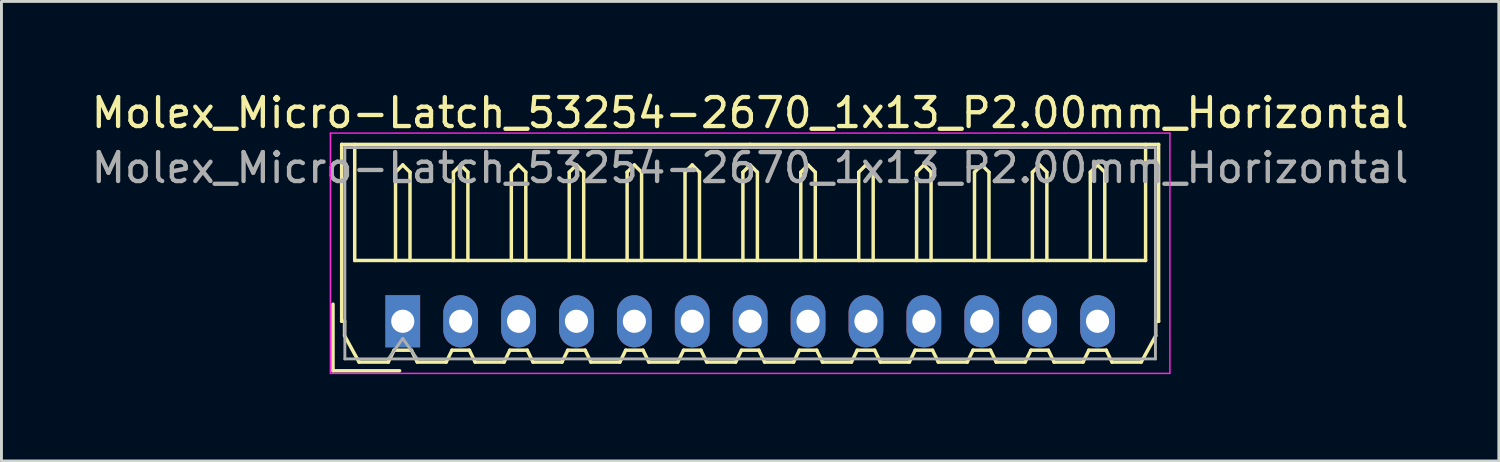
<source format=kicad_pcb>
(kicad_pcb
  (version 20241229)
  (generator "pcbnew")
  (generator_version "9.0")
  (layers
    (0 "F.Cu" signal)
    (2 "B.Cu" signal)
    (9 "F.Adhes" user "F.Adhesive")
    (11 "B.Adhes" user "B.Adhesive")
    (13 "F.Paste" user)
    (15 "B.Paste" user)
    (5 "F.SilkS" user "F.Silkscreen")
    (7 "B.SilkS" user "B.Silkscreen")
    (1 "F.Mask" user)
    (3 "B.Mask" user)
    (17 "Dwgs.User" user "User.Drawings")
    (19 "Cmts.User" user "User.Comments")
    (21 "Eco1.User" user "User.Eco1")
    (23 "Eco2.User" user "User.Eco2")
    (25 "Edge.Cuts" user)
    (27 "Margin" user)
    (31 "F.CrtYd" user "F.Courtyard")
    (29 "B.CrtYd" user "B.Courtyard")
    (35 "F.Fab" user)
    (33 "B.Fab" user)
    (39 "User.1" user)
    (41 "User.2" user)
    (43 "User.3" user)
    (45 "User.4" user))
  (footprint "Molex_Micro-Latch_53254-2670_1x13_P2.00mm_Horizontal"
    (layer "F.Cu")
    (at 10.863 8.048)
    (property "Reference" "Molex_Micro-Latch_53254-2670_1x13_P2.00mm_Horizontal" (at 12 -7.2 0) (layer "F.SilkS") (effects (font (size 1 1) (thickness 0.15))))
    (attr through_hole)
    (fp_line (start -2.41 1.71) (end -2.41 -0.59) (stroke (width 0.12) (type solid)) (layer "F.SilkS"))
    (fp_line (start -2.11 -6.11) (end 12 -6.11) (stroke (width 0.12) (type solid)) (layer "F.SilkS"))
    (fp_line (start -2.11 0) (end -2.11 -6.11) (stroke (width 0.12) (type solid)) (layer "F.SilkS"))
    (fp_line (start -2.01 0) (end -2.11 0) (stroke (width 0.12) (type solid)) (layer "F.SilkS"))
    (fp_line (start -2.01 0.5) (end -2.01 0) (stroke (width 0.12) (type solid)) (layer "F.SilkS"))
    (fp_line (start -1.66 -6.11) (end -1.66 -2.1) (stroke (width 0.12) (type solid)) (layer "F.SilkS"))
    (fp_line (start -1.66 -2.1) (end 25.66 -2.1) (stroke (width 0.12) (type solid)) (layer "F.SilkS"))
    (fp_line (start -1.51 1.41) (end -2.01 0.5) (stroke (width 0.12) (type solid)) (layer "F.SilkS"))
    (fp_line (start -0.5 1.41) (end -1.51 1.41) (stroke (width 0.12) (type solid)) (layer "F.SilkS"))
    (fp_line (start -0.3 1) (end -0.5 1.41) (stroke (width 0.12) (type solid)) (layer "F.SilkS"))
    (fp_line (start -0.3 1) (end 0.3 1) (stroke (width 0.12) (type solid)) (layer "F.SilkS"))
    (fp_line (start -0.25 -5.15) (end 0 -5.4) (stroke (width 0.12) (type solid)) (layer "F.SilkS"))
    (fp_line (start -0.25 -2.1) (end -0.25 -5.15) (stroke (width 0.12) (type solid)) (layer "F.SilkS"))
    (fp_line (start -0.11 1.71) (end -2.41 1.71) (stroke (width 0.12) (type solid)) (layer "F.SilkS"))
    (fp_line (start 0 -5.4) (end 0.25 -5.15) (stroke (width 0.12) (type solid)) (layer "F.SilkS"))
    (fp_line (start 0.25 -5.15) (end 0.25 -2.1) (stroke (width 0.12) (type solid)) (layer "F.SilkS"))
    (fp_line (start 0.3 1) (end 0.5 1.41) (stroke (width 0.12) (type solid)) (layer "F.SilkS"))
    (fp_line (start 0.5 1.41) (end 1.5 1.41) (stroke (width 0.12) (type solid)) (layer "F.SilkS"))
    (fp_line (start 1.5 1.41) (end 1.7 1) (stroke (width 0.12) (type solid)) (layer "F.SilkS"))
    (fp_line (start 1.7 1) (end 2.3 1) (stroke (width 0.12) (type solid)) (layer "F.SilkS"))
    (fp_line (start 1.75 -5.15) (end 2 -5.4) (stroke (width 0.12) (type solid)) (layer "F.SilkS"))
    (fp_line (start 1.75 -2.1) (end 1.75 -5.15) (stroke (width 0.12) (type solid)) (layer "F.SilkS"))
    (fp_line (start 2 -5.4) (end 2.25 -5.15) (stroke (width 0.12) (type solid)) (layer "F.SilkS"))
    (fp_line (start 2.25 -5.15) (end 2.25 -2.1) (stroke (width 0.12) (type solid)) (layer "F.SilkS"))
    (fp_line (start 2.3 1) (end 2.5 1.41) (stroke (width 0.12) (type solid)) (layer "F.SilkS"))
    (fp_line (start 2.5 1.41) (end 3.5 1.41) (stroke (width 0.12) (type solid)) (layer "F.SilkS"))
    (fp_line (start 3.5 1.41) (end 3.7 1) (stroke (width 0.12) (type solid)) (layer "F.SilkS"))
    (fp_line (start 3.7 1) (end 4.3 1) (stroke (width 0.12) (type solid)) (layer "F.SilkS"))
    (fp_line (start 3.75 -5.15) (end 4 -5.4) (stroke (width 0.12) (type solid)) (layer "F.SilkS"))
    (fp_line (start 3.75 -2.1) (end 3.75 -5.15) (stroke (width 0.12) (type solid)) (layer "F.SilkS"))
    (fp_line (start 4 -5.4) (end 4.25 -5.15) (stroke (width 0.12) (type solid)) (layer "F.SilkS"))
    (fp_line (start 4.25 -5.15) (end 4.25 -2.1) (stroke (width 0.12) (type solid)) (layer "F.SilkS"))
    (fp_line (start 4.3 1) (end 4.5 1.41) (stroke (width 0.12) (type solid)) (layer "F.SilkS"))
    (fp_line (start 4.5 1.41) (end 5.5 1.41) (stroke (width 0.12) (type solid)) (layer "F.SilkS"))
    (fp_line (start 5.5 1.41) (end 5.7 1) (stroke (width 0.12) (type solid)) (layer "F.SilkS"))
    (fp_line (start 5.7 1) (end 6.3 1) (stroke (width 0.12) (type solid)) (layer "F.SilkS"))
    (fp_line (start 5.75 -5.15) (end 6 -5.4) (stroke (width 0.12) (type solid)) (layer "F.SilkS"))
    (fp_line (start 5.75 -2.1) (end 5.75 -5.15) (stroke (width 0.12) (type solid)) (layer "F.SilkS"))
    (fp_line (start 6 -5.4) (end 6.25 -5.15) (stroke (width 0.12) (type solid)) (layer "F.SilkS"))
    (fp_line (start 6.25 -5.15) (end 6.25 -2.1) (stroke (width 0.12) (type solid)) (layer "F.SilkS"))
    (fp_line (start 6.3 1) (end 6.5 1.41) (stroke (width 0.12) (type solid)) (layer "F.SilkS"))
    (fp_line (start 6.5 1.41) (end 7.5 1.41) (stroke (width 0.12) (type solid)) (layer "F.SilkS"))
    (fp_line (start 7.5 1.41) (end 7.7 1) (stroke (width 0.12) (type solid)) (layer "F.SilkS"))
    (fp_line (start 7.7 1) (end 8.3 1) (stroke (width 0.12) (type solid)) (layer "F.SilkS"))
    (fp_line (start 7.75 -5.15) (end 8 -5.4) (stroke (width 0.12) (type solid)) (layer "F.SilkS"))
    (fp_line (start 7.75 -2.1) (end 7.75 -5.15) (stroke (width 0.12) (type solid)) (layer "F.SilkS"))
    (fp_line (start 8 -5.4) (end 8.25 -5.15) (stroke (width 0.12) (type solid)) (layer "F.SilkS"))
    (fp_line (start 8.25 -5.15) (end 8.25 -2.1) (stroke (width 0.12) (type solid)) (layer "F.SilkS"))
    (fp_line (start 8.3 1) (end 8.5 1.41) (stroke (width 0.12) (type solid)) (layer "F.SilkS"))
    (fp_line (start 8.5 1.41) (end 9.5 1.41) (stroke (width 0.12) (type solid)) (layer "F.SilkS"))
    (fp_line (start 9.5 1.41) (end 9.7 1) (stroke (width 0.12) (type solid)) (layer "F.SilkS"))
    (fp_line (start 9.7 1) (end 10.3 1) (stroke (width 0.12) (type solid)) (layer "F.SilkS"))
    (fp_line (start 9.75 -5.15) (end 10 -5.4) (stroke (width 0.12) (type solid)) (layer "F.SilkS"))
    (fp_line (start 9.75 -2.1) (end 9.75 -5.15) (stroke (width 0.12) (type solid)) (layer "F.SilkS"))
    (fp_line (start 10 -5.4) (end 10.25 -5.15) (stroke (width 0.12) (type solid)) (layer "F.SilkS"))
    (fp_line (start 10.25 -5.15) (end 10.25 -2.1) (stroke (width 0.12) (type solid)) (layer "F.SilkS"))
    (fp_line (start 10.3 1) (end 10.5 1.41) (stroke (width 0.12) (type solid)) (layer "F.SilkS"))
    (fp_line (start 10.5 1.41) (end 11.5 1.41) (stroke (width 0.12) (type solid)) (layer "F.SilkS"))
    (fp_line (start 11.5 1.41) (end 11.7 1) (stroke (width 0.12) (type solid)) (layer "F.SilkS"))
    (fp_line (start 11.7 1) (end 12.3 1) (stroke (width 0.12) (type solid)) (layer "F.SilkS"))
    (fp_line (start 11.75 -5.15) (end 12 -5.4) (stroke (width 0.12) (type solid)) (layer "F.SilkS"))
    (fp_line (start 11.75 -2.1) (end 11.75 -5.15) (stroke (width 0.12) (type solid)) (layer "F.SilkS"))
    (fp_line (start 12 -5.4) (end 12.25 -5.15) (stroke (width 0.12) (type solid)) (layer "F.SilkS"))
    (fp_line (start 12.25 -5.15) (end 12.25 -2.1) (stroke (width 0.12) (type solid)) (layer "F.SilkS"))
    (fp_line (start 12.3 1) (end 12.5 1.41) (stroke (width 0.12) (type solid)) (layer "F.SilkS"))
    (fp_line (start 12.5 1.41) (end 13.5 1.41) (stroke (width 0.12) (type solid)) (layer "F.SilkS"))
    (fp_line (start 13.5 1.41) (end 13.7 1) (stroke (width 0.12) (type solid)) (layer "F.SilkS"))
    (fp_line (start 13.7 1) (end 14.3 1) (stroke (width 0.12) (type solid)) (layer "F.SilkS"))
    (fp_line (start 13.75 -5.15) (end 14 -5.4) (stroke (width 0.12) (type solid)) (layer "F.SilkS"))
    (fp_line (start 13.75 -2.1) (end 13.75 -5.15) (stroke (width 0.12) (type solid)) (layer "F.SilkS"))
    (fp_line (start 14 -5.4) (end 14.25 -5.15) (stroke (width 0.12) (type solid)) (layer "F.SilkS"))
    (fp_line (start 14.25 -5.15) (end 14.25 -2.1) (stroke (width 0.12) (type solid)) (layer "F.SilkS"))
    (fp_line (start 14.3 1) (end 14.5 1.41) (stroke (width 0.12) (type solid)) (layer "F.SilkS"))
    (fp_line (start 14.5 1.41) (end 15.5 1.41) (stroke (width 0.12) (type solid)) (layer "F.SilkS"))
    (fp_line (start 15.5 1.41) (end 15.7 1) (stroke (width 0.12) (type solid)) (layer "F.SilkS"))
    (fp_line (start 15.7 1) (end 16.3 1) (stroke (width 0.12) (type solid)) (layer "F.SilkS"))
    (fp_line (start 15.75 -5.15) (end 16 -5.4) (stroke (width 0.12) (type solid)) (layer "F.SilkS"))
    (fp_line (start 15.75 -2.1) (end 15.75 -5.15) (stroke (width 0.12) (type solid)) (layer "F.SilkS"))
    (fp_line (start 16 -5.4) (end 16.25 -5.15) (stroke (width 0.12) (type solid)) (layer "F.SilkS"))
    (fp_line (start 16.25 -5.15) (end 16.25 -2.1) (stroke (width 0.12) (type solid)) (layer "F.SilkS"))
    (fp_line (start 16.3 1) (end 16.5 1.41) (stroke (width 0.12) (type solid)) (layer "F.SilkS"))
    (fp_line (start 16.5 1.41) (end 17.5 1.41) (stroke (width 0.12) (type solid)) (layer "F.SilkS"))
    (fp_line (start 17.5 1.41) (end 17.7 1) (stroke (width 0.12) (type solid)) (layer "F.SilkS"))
    (fp_line (start 17.7 1) (end 18.3 1) (stroke (width 0.12) (type solid)) (layer "F.SilkS"))
    (fp_line (start 17.75 -5.15) (end 18 -5.4) (stroke (width 0.12) (type solid)) (layer "F.SilkS"))
    (fp_line (start 17.75 -2.1) (end 17.75 -5.15) (stroke (width 0.12) (type solid)) (layer "F.SilkS"))
    (fp_line (start 18 -5.4) (end 18.25 -5.15) (stroke (width 0.12) (type solid)) (layer "F.SilkS"))
    (fp_line (start 18.25 -5.15) (end 18.25 -2.1) (stroke (width 0.12) (type solid)) (layer "F.SilkS"))
    (fp_line (start 18.3 1) (end 18.5 1.41) (stroke (width 0.12) (type solid)) (layer "F.SilkS"))
    (fp_line (start 18.5 1.41) (end 19.5 1.41) (stroke (width 0.12) (type solid)) (layer "F.SilkS"))
    (fp_line (start 19.5 1.41) (end 19.7 1) (stroke (width 0.12) (type solid)) (layer "F.SilkS"))
    (fp_line (start 19.7 1) (end 20.3 1) (stroke (width 0.12) (type solid)) (layer "F.SilkS"))
    (fp_line (start 19.75 -5.15) (end 20 -5.4) (stroke (width 0.12) (type solid)) (layer "F.SilkS"))
    (fp_line (start 19.75 -2.1) (end 19.75 -5.15) (stroke (width 0.12) (type solid)) (layer "F.SilkS"))
    (fp_line (start 20 -5.4) (end 20.25 -5.15) (stroke (width 0.12) (type solid)) (layer "F.SilkS"))
    (fp_line (start 20.25 -5.15) (end 20.25 -2.1) (stroke (width 0.12) (type solid)) (layer "F.SilkS"))
    (fp_line (start 20.3 1) (end 20.5 1.41) (stroke (width 0.12) (type solid)) (layer "F.SilkS"))
    (fp_line (start 20.5 1.41) (end 21.5 1.41) (stroke (width 0.12) (type solid)) (layer "F.SilkS"))
    (fp_line (start 21.5 1.41) (end 21.7 1) (stroke (width 0.12) (type solid)) (layer "F.SilkS"))
    (fp_line (start 21.7 1) (end 22.3 1) (stroke (width 0.12) (type solid)) (layer "F.SilkS"))
    (fp_line (start 21.75 -5.15) (end 22 -5.4) (stroke (width 0.12) (type solid)) (layer "F.SilkS"))
    (fp_line (start 21.75 -2.1) (end 21.75 -5.15) (stroke (width 0.12) (type solid)) (layer "F.SilkS"))
    (fp_line (start 22 -5.4) (end 22.25 -5.15) (stroke (width 0.12) (type solid)) (layer "F.SilkS"))
    (fp_line (start 22.25 -5.15) (end 22.25 -2.1) (stroke (width 0.12) (type solid)) (layer "F.SilkS"))
    (fp_line (start 22.3 1) (end 22.5 1.41) (stroke (width 0.12) (type solid)) (layer "F.SilkS"))
    (fp_line (start 22.5 1.41) (end 23.5 1.41) (stroke (width 0.12) (type solid)) (layer "F.SilkS"))
    (fp_line (start 23.5 1.41) (end 23.7 1) (stroke (width 0.12) (type solid)) (layer "F.SilkS"))
    (fp_line (start 23.7 1) (end 24.3 1) (stroke (width 0.12) (type solid)) (layer "F.SilkS"))
    (fp_line (start 23.75 -5.15) (end 24 -5.4) (stroke (width 0.12) (type solid)) (layer "F.SilkS"))
    (fp_line (start 23.75 -2.1) (end 23.75 -5.15) (stroke (width 0.12) (type solid)) (layer "F.SilkS"))
    (fp_line (start 24 -5.4) (end 24.25 -5.15) (stroke (width 0.12) (type solid)) (layer "F.SilkS"))
    (fp_line (start 24.25 -5.15) (end 24.25 -2.1) (stroke (width 0.12) (type solid)) (layer "F.SilkS"))
    (fp_line (start 24.3 1) (end 24.5 1.41) (stroke (width 0.12) (type solid)) (layer "F.SilkS"))
    (fp_line (start 24.5 1.41) (end 25.51 1.41) (stroke (width 0.12) (type solid)) (layer "F.SilkS"))
    (fp_line (start 25.51 1.41) (end 26.01 0.5) (stroke (width 0.12) (type solid)) (layer "F.SilkS"))
    (fp_line (start 25.66 -2.1) (end 25.66 -6.11) (stroke (width 0.12) (type solid)) (layer "F.SilkS"))
    (fp_line (start 26.01 0) (end 26.11 0) (stroke (width 0.12) (type solid)) (layer "F.SilkS"))
    (fp_line (start 26.01 0.5) (end 26.01 0) (stroke (width 0.12) (type solid)) (layer "F.SilkS"))
    (fp_line (start 26.11 -6.11) (end 12 -6.11) (stroke (width 0.12) (type solid)) (layer "F.SilkS"))
    (fp_line (start 26.11 0) (end 26.11 -6.11) (stroke (width 0.12) (type solid)) (layer "F.SilkS"))
    (fp_line (start -2.5 -6.5) (end -2.5 1.8) (stroke (width 0.05) (type solid)) (layer "F.CrtYd"))
    (fp_line (start -2.5 1.8) (end 26.5 1.8) (stroke (width 0.05) (type solid)) (layer "F.CrtYd"))
    (fp_line (start 26.5 -6.5) (end -2.5 -6.5) (stroke (width 0.05) (type solid)) (layer "F.CrtYd"))
    (fp_line (start 26.5 1.8) (end 26.5 -6.5) (stroke (width 0.05) (type solid)) (layer "F.CrtYd"))
    (fp_line (start -2 -6) (end -2 1.3) (stroke (width 0.1) (type solid)) (layer "F.Fab"))
    (fp_line (start -2 1.3) (end 26 1.3) (stroke (width 0.1) (type solid)) (layer "F.Fab"))
    (fp_line (start -0.5 1.3) (end 0 0.593) (stroke (width 0.1) (type solid)) (layer "F.Fab"))
    (fp_line (start 0 0.593) (end 0.5 1.3) (stroke (width 0.1) (type solid)) (layer "F.Fab"))
    (fp_line (start 26 -6) (end -2 -6) (stroke (width 0.1) (type solid)) (layer "F.Fab"))
    (fp_line (start 26 1.3) (end 26 -6) (stroke (width 0.1) (type solid)) (layer "F.Fab"))
    (fp_text user "${REFERENCE}" (at 12 -5.3 0) (layer "F.Fab") (effects (font (size 1 1) (thickness 0.15))))
    (pad "1" thru_hole rect (at 0 0) (size 1.2 1.8) (drill 0.8) (layers "*.Cu" "*.Mask"))
    (pad "2" thru_hole oval (at 2 0) (size 1.2 1.8) (drill 0.8) (layers "*.Cu" "*.Mask"))
    (pad "3" thru_hole oval (at 4 0) (size 1.2 1.8) (drill 0.8) (layers "*.Cu" "*.Mask"))
    (pad "4" thru_hole oval (at 6 0) (size 1.2 1.8) (drill 0.8) (layers "*.Cu" "*.Mask"))
    (pad "5" thru_hole oval (at 8 0) (size 1.2 1.8) (drill 0.8) (layers "*.Cu" "*.Mask"))
    (pad "6" thru_hole oval (at 10 0) (size 1.2 1.8) (drill 0.8) (layers "*.Cu" "*.Mask"))
    (pad "7" thru_hole oval (at 12 0) (size 1.2 1.8) (drill 0.8) (layers "*.Cu" "*.Mask"))
    (pad "8" thru_hole oval (at 14 0) (size 1.2 1.8) (drill 0.8) (layers "*.Cu" "*.Mask"))
    (pad "9" thru_hole oval (at 16 0) (size 1.2 1.8) (drill 0.8) (layers "*.Cu" "*.Mask"))
    (pad "10" thru_hole oval (at 18 0) (size 1.2 1.8) (drill 0.8) (layers "*.Cu" "*.Mask"))
    (pad "11" thru_hole oval (at 20 0) (size 1.2 1.8) (drill 0.8) (layers "*.Cu" "*.Mask"))
    (pad "12" thru_hole oval (at 22 0) (size 1.2 1.8) (drill 0.8) (layers "*.Cu" "*.Mask"))
    (pad "13" thru_hole oval (at 24 0) (size 1.2 1.8) (drill 0.8) (layers "*.Cu" "*.Mask")))
  (gr_rect
    (start -3 -3)
    (end 48.726 12.873)
    (stroke (width 0.1) (type default))
    (fill no)
    (layer "Edge.Cuts")))
</source>
